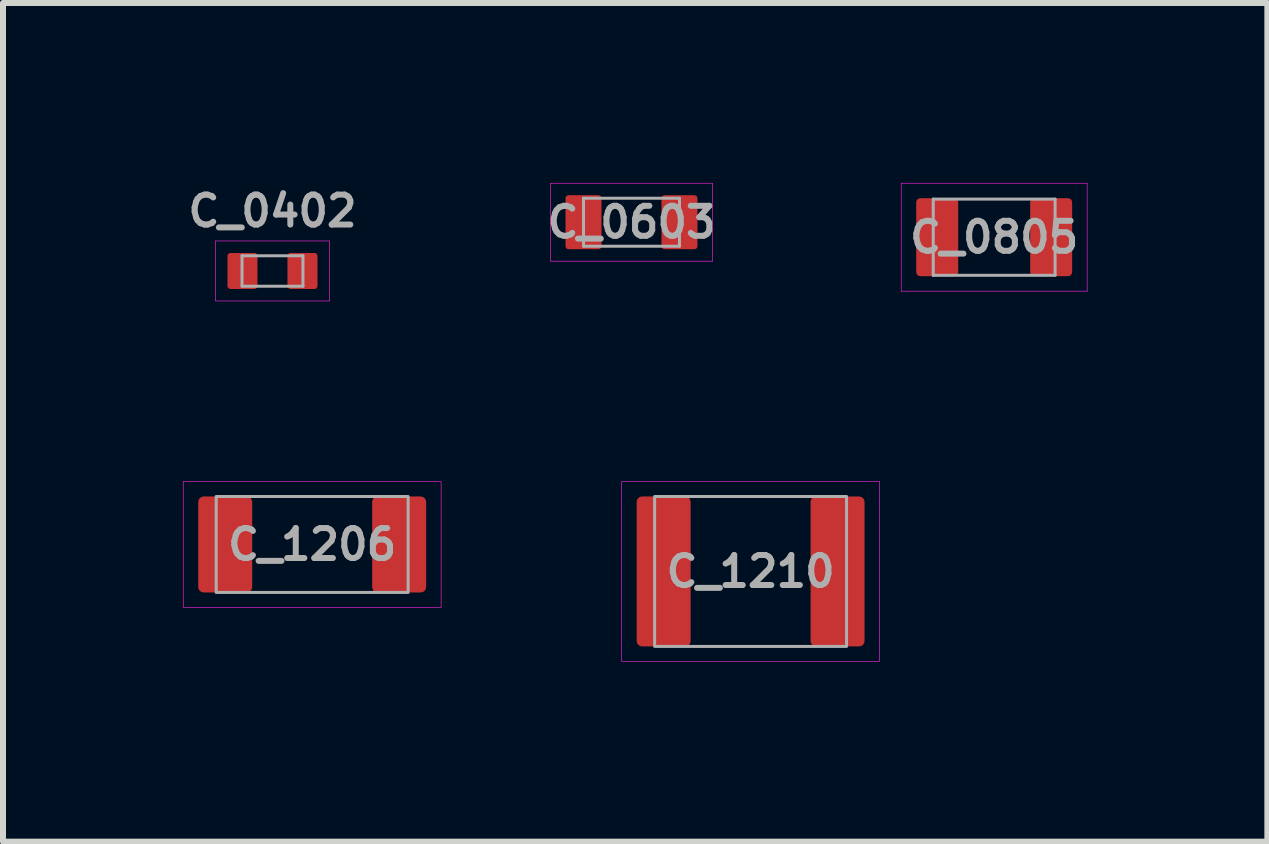
<source format=kicad_pcb>
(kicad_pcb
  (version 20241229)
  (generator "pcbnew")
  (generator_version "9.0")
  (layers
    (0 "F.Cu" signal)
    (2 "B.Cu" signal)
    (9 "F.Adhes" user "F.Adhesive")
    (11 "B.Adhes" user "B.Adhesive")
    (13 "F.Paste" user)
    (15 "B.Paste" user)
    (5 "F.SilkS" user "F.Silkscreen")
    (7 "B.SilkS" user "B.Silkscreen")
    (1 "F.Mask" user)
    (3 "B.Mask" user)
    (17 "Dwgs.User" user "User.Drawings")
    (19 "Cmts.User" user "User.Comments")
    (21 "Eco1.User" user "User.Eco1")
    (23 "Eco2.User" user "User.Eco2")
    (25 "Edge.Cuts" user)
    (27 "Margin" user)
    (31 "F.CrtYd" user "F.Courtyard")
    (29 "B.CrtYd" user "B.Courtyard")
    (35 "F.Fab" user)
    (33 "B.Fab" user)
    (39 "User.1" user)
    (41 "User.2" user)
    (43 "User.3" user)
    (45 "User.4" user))
  (footprint "C_0805"
    (layer "F.Cu")
    (at 13.526 0.905)
    (property "Reference" "C_0805" (at 0 0 0) (layer "F.Fab") (effects (font (size 0.5 0.5) (thickness 0.1))))
    (attr smd)
    (fp_line (start -1.55 -0.9) (end -1.55 0.9) (stroke (width 0.01) (type solid)) (layer "F.CrtYd"))
    (fp_line (start -1.55 -0.9) (end 1.55 -0.9) (stroke (width 0.01) (type solid)) (layer "F.CrtYd"))
    (fp_line (start 1.55 0.9) (end -1.55 0.9) (stroke (width 0.01) (type solid)) (layer "F.CrtYd"))
    (fp_line (start 1.55 0.9) (end 1.55 -0.9) (stroke (width 0.01) (type solid)) (layer "F.CrtYd"))
    (fp_line (start -1.016 -0.635) (end 1.016 -0.635) (stroke (width 0.05) (type solid)) (layer "F.Fab"))
    (fp_line (start -1.016 0.635) (end -1.016 -0.635) (stroke (width 0.05) (type solid)) (layer "F.Fab"))
    (fp_line (start 1.016 -0.635) (end 1.016 0.635) (stroke (width 0.05) (type solid)) (layer "F.Fab"))
    (fp_line (start 1.016 0.635) (end -1.016 0.635) (stroke (width 0.05) (type solid)) (layer "F.Fab"))
    (pad "1" smd roundrect (at -0.95 0) (size 0.7 1.3) (layers "F.Cu" "F.Mask" "F.Paste") (roundrect_rratio 0.1))
    (pad "2" smd roundrect (at 0.95 0) (size 0.7 1.3) (layers "F.Cu" "F.Mask" "F.Paste") (roundrect_rratio 0.1)))
  (footprint "C_0402"
    (layer "F.Cu")
    (at 1.493 1.468)
    (property "Reference" "C_0402" (at 0 -1 0) (layer "F.Fab") (effects (font (size 0.5 0.5) (thickness 0.1))))
    (attr smd)
    (fp_line (start -0.95 -0.5) (end -0.95 0.5) (stroke (width 0.01) (type solid)) (layer "F.CrtYd"))
    (fp_line (start -0.95 -0.5) (end 0.95 -0.5) (stroke (width 0.01) (type solid)) (layer "F.CrtYd"))
    (fp_line (start 0.95 0.5) (end -0.95 0.5) (stroke (width 0.01) (type solid)) (layer "F.CrtYd"))
    (fp_line (start 0.95 0.5) (end 0.95 -0.5) (stroke (width 0.01) (type solid)) (layer "F.CrtYd"))
    (fp_line (start -0.508 -0.254) (end 0.508 -0.254) (stroke (width 0.05) (type solid)) (layer "F.Fab"))
    (fp_line (start -0.508 0.254) (end -0.508 -0.254) (stroke (width 0.05) (type solid)) (layer "F.Fab"))
    (fp_line (start 0.508 -0.254) (end 0.508 0.254) (stroke (width 0.05) (type solid)) (layer "F.Fab"))
    (fp_line (start 0.508 0.254) (end -0.508 0.254) (stroke (width 0.05) (type solid)) (layer "F.Fab"))
    (pad "1" smd roundrect (at -0.5 0) (size 0.5 0.6) (layers "F.Cu" "F.Mask" "F.Paste") (roundrect_rratio 0.1))
    (pad "2" smd roundrect (at 0.5 0) (size 0.5 0.6) (layers "F.Cu" "F.Mask" "F.Paste") (roundrect_rratio 0.1)))
  (footprint "C_0603"
    (layer "F.Cu")
    (at 7.479 0.655)
    (property "Reference" "C_0603" (at 0 0 0) (layer "F.Fab") (effects (font (size 0.5 0.5) (thickness 0.1))))
    (attr smd)
    (fp_line (start -1.35 -0.65) (end -1.35 0.65) (stroke (width 0.01) (type solid)) (layer "F.CrtYd"))
    (fp_line (start -1.35 -0.65) (end 1.35 -0.65) (stroke (width 0.01) (type solid)) (layer "F.CrtYd"))
    (fp_line (start 1.35 0.65) (end -1.35 0.65) (stroke (width 0.01) (type solid)) (layer "F.CrtYd"))
    (fp_line (start 1.35 0.65) (end 1.35 -0.65) (stroke (width 0.01) (type solid)) (layer "F.CrtYd"))
    (fp_line (start -0.8 -0.4) (end 0.8 -0.4) (stroke (width 0.05) (type solid)) (layer "F.Fab"))
    (fp_line (start -0.8 0.4) (end -0.8 -0.4) (stroke (width 0.05) (type solid)) (layer "F.Fab"))
    (fp_line (start 0.8 -0.4) (end 0.8 0.4) (stroke (width 0.05) (type solid)) (layer "F.Fab"))
    (fp_line (start 0.8 0.4) (end -0.8 0.4) (stroke (width 0.05) (type solid)) (layer "F.Fab"))
    (pad "1" smd roundrect (at -0.8 0) (size 0.6 0.9) (layers "F.Cu" "F.Mask" "F.Paste") (roundrect_rratio 0.083))
    (pad "2" smd roundrect (at 0.8 0) (size 0.6 0.9) (layers "F.Cu" "F.Mask" "F.Paste") (roundrect_rratio 0.083)))
  (footprint "C_1206"
    (layer "F.Cu")
    (at 2.155 6.028)
    (property "Reference" "C_1206" (at 0 0 0) (layer "F.Fab") (effects (font (size 0.5 0.5) (thickness 0.1))))
    (attr smd)
    (fp_rect (start -2.15 -1.05) (end 2.15 1.05) (stroke (width 0.01) (type default)) (fill no) (layer "F.CrtYd"))
    (fp_rect (start -1.6 -0.8) (end 1.6 0.8) (stroke (width 0.05) (type default)) (fill no) (layer "F.Fab"))
    (pad "1" smd roundrect (at -1.45 0) (size 0.9 1.6) (layers "F.Cu" "F.Mask" "F.Paste") (roundrect_rratio 0.1))
    (pad "2" smd roundrect (at 1.45 0) (size 0.9 1.6) (layers "F.Cu" "F.Mask" "F.Paste") (roundrect_rratio 0.1)))
  (footprint "C_1210"
    (layer "F.Cu")
    (at 9.465 6.478)
    (property "Reference" "C_1210" (at 0 0 0) (layer "F.Fab") (effects (font (size 0.5 0.5) (thickness 0.1))))
    (attr smd)
    (fp_rect (start -2.15 -1.5) (end 2.15 1.5) (stroke (width 0.01) (type default)) (fill no) (layer "F.CrtYd"))
    (fp_rect (start -1.6 -1.25) (end 1.6 1.25) (stroke (width 0.05) (type default)) (fill no) (layer "F.Fab"))
    (pad "1" smd roundrect (at -1.45 0) (size 0.9 2.5) (layers "F.Cu" "F.Mask" "F.Paste") (roundrect_rratio 0.1))
    (pad "2" smd roundrect (at 1.45 0) (size 0.9 2.5) (layers "F.Cu" "F.Mask" "F.Paste") (roundrect_rratio 0.1)))
  (gr_rect
    (start -3 -3)
    (end 18.081 10.983)
    (stroke (width 0.1) (type default))
    (fill no)
    (layer "Edge.Cuts")))
</source>
